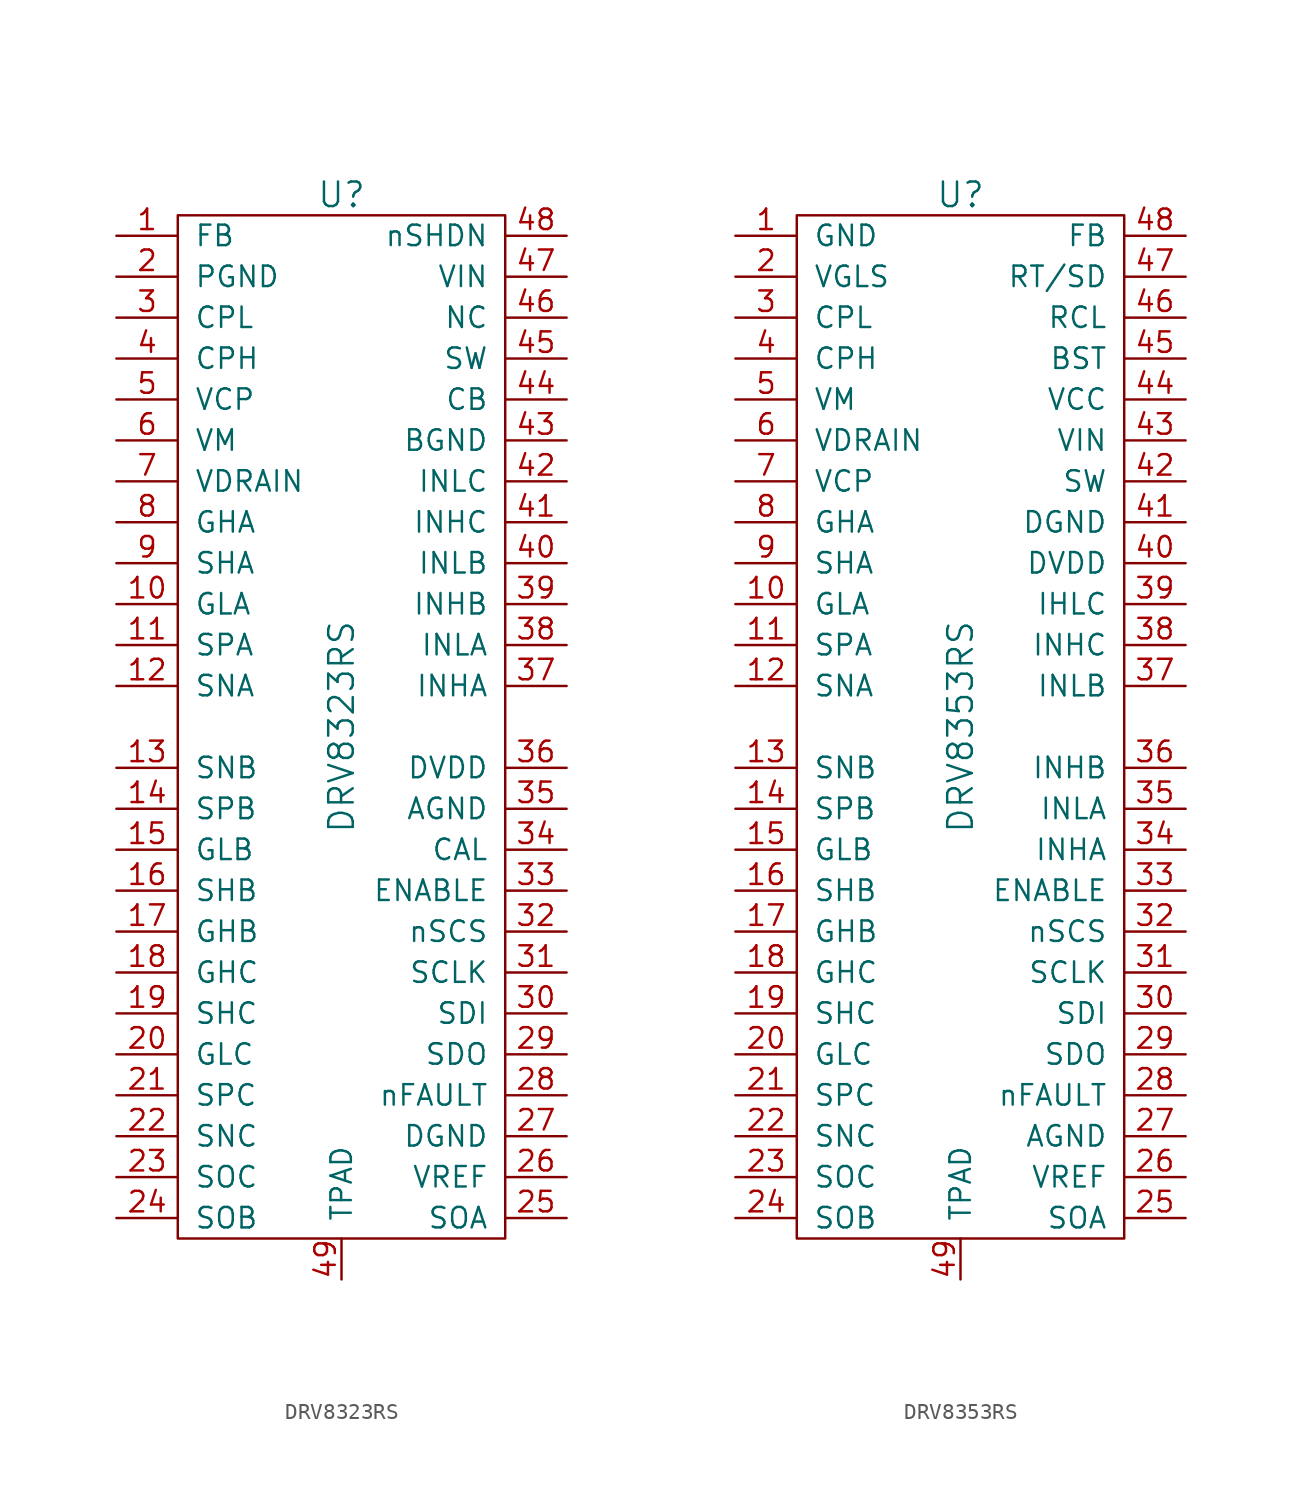
<source format=kicad_sym>
(kicad_symbol_lib
  (version 20220914)
  (generator kicad_symbol_editor)
  (symbol "DRV8323RS"
    (pin_names
      (offset 1.016))
    (property "Reference" "U"
      (at 0 33.02 0)
      (effects (font (size 1.524 1.524))))
    (property "Value" "DRV8323RS"
      (at 0 0 90)
      (effects (font (size 1.524 1.524))))
    (symbol "DRV8323RS_0_1"
      (rectangle (start -10.16 31.75) (end 10.16 -31.75) (stroke (width 0) (type default)) (fill (type none))))
    (symbol "DRV8323RS_1_1"
      (pin passive line (at -13.97 30.48 0) (length 3.81) (name "FB" (effects (font (size 1.27 1.27)))) (number "1" (effects (font (size 1.27 1.27)))))
      (pin passive line (at -13.97 7.62 0) (length 3.81) (name "GLA" (effects (font (size 1.27 1.27)))) (number "10" (effects (font (size 1.27 1.27)))))
      (pin passive line (at -13.97 5.08 0) (length 3.81) (name "SPA" (effects (font (size 1.27 1.27)))) (number "11" (effects (font (size 1.27 1.27)))))
      (pin passive line (at -13.97 2.54 0) (length 3.81) (name "SNA" (effects (font (size 1.27 1.27)))) (number "12" (effects (font (size 1.27 1.27)))))
      (pin passive line (at -13.97 -2.54 0) (length 3.81) (name "SNB" (effects (font (size 1.27 1.27)))) (number "13" (effects (font (size 1.27 1.27)))))
      (pin passive line (at -13.97 -5.08 0) (length 3.81) (name "SPB" (effects (font (size 1.27 1.27)))) (number "14" (effects (font (size 1.27 1.27)))))
      (pin passive line (at -13.97 -7.62 0) (length 3.81) (name "GLB" (effects (font (size 1.27 1.27)))) (number "15" (effects (font (size 1.27 1.27)))))
      (pin passive line (at -13.97 -10.16 0) (length 3.81) (name "SHB" (effects (font (size 1.27 1.27)))) (number "16" (effects (font (size 1.27 1.27)))))
      (pin passive line (at -13.97 -12.7 0) (length 3.81) (name "GHB" (effects (font (size 1.27 1.27)))) (number "17" (effects (font (size 1.27 1.27)))))
      (pin passive line (at -13.97 -15.24 0) (length 3.81) (name "GHC" (effects (font (size 1.27 1.27)))) (number "18" (effects (font (size 1.27 1.27)))))
      (pin passive line (at -13.97 -17.78 0) (length 3.81) (name "SHC" (effects (font (size 1.27 1.27)))) (number "19" (effects (font (size 1.27 1.27)))))
      (pin passive line (at -13.97 27.94 0) (length 3.81) (name "PGND" (effects (font (size 1.27 1.27)))) (number "2" (effects (font (size 1.27 1.27)))))
      (pin passive line (at -13.97 -20.32 0) (length 3.81) (name "GLC" (effects (font (size 1.27 1.27)))) (number "20" (effects (font (size 1.27 1.27)))))
      (pin passive line (at -13.97 -22.86 0) (length 3.81) (name "SPC" (effects (font (size 1.27 1.27)))) (number "21" (effects (font (size 1.27 1.27)))))
      (pin passive line (at -13.97 -25.4 0) (length 3.81) (name "SNC" (effects (font (size 1.27 1.27)))) (number "22" (effects (font (size 1.27 1.27)))))
      (pin passive line (at -13.97 -27.94 0) (length 3.81) (name "SOC" (effects (font (size 1.27 1.27)))) (number "23" (effects (font (size 1.27 1.27)))))
      (pin passive line (at -13.97 -30.48 0) (length 3.81) (name "SOB" (effects (font (size 1.27 1.27)))) (number "24" (effects (font (size 1.27 1.27)))))
      (pin passive line (at 13.97 -30.48 180) (length 3.81) (name "SOA" (effects (font (size 1.27 1.27)))) (number "25" (effects (font (size 1.27 1.27)))))
      (pin passive line (at 13.97 -27.94 180) (length 3.81) (name "VREF" (effects (font (size 1.27 1.27)))) (number "26" (effects (font (size 1.27 1.27)))))
      (pin passive line (at 13.97 -25.4 180) (length 3.81) (name "DGND" (effects (font (size 1.27 1.27)))) (number "27" (effects (font (size 1.27 1.27)))))
      (pin passive line (at 13.97 -22.86 180) (length 3.81) (name "nFAULT" (effects (font (size 1.27 1.27)))) (number "28" (effects (font (size 1.27 1.27)))))
      (pin passive line (at 13.97 -20.32 180) (length 3.81) (name "SDO" (effects (font (size 1.27 1.27)))) (number "29" (effects (font (size 1.27 1.27)))))
      (pin passive line (at -13.97 25.4 0) (length 3.81) (name "CPL" (effects (font (size 1.27 1.27)))) (number "3" (effects (font (size 1.27 1.27)))))
      (pin passive line (at 13.97 -17.78 180) (length 3.81) (name "SDI" (effects (font (size 1.27 1.27)))) (number "30" (effects (font (size 1.27 1.27)))))
      (pin passive line (at 13.97 -15.24 180) (length 3.81) (name "SCLK" (effects (font (size 1.27 1.27)))) (number "31" (effects (font (size 1.27 1.27)))))
      (pin passive line (at 13.97 -12.7 180) (length 3.81) (name "nSCS" (effects (font (size 1.27 1.27)))) (number "32" (effects (font (size 1.27 1.27)))))
      (pin passive line (at 13.97 -10.16 180) (length 3.81) (name "ENABLE" (effects (font (size 1.27 1.27)))) (number "33" (effects (font (size 1.27 1.27)))))
      (pin passive line (at 13.97 -7.62 180) (length 3.81) (name "CAL" (effects (font (size 1.27 1.27)))) (number "34" (effects (font (size 1.27 1.27)))))
      (pin passive line (at 13.97 -5.08 180) (length 3.81) (name "AGND" (effects (font (size 1.27 1.27)))) (number "35" (effects (font (size 1.27 1.27)))))
      (pin passive line (at 13.97 -2.54 180) (length 3.81) (name "DVDD" (effects (font (size 1.27 1.27)))) (number "36" (effects (font (size 1.27 1.27)))))
      (pin passive line (at 13.97 2.54 180) (length 3.81) (name "INHA" (effects (font (size 1.27 1.27)))) (number "37" (effects (font (size 1.27 1.27)))))
      (pin passive line (at 13.97 5.08 180) (length 3.81) (name "INLA" (effects (font (size 1.27 1.27)))) (number "38" (effects (font (size 1.27 1.27)))))
      (pin passive line (at 13.97 7.62 180) (length 3.81) (name "INHB" (effects (font (size 1.27 1.27)))) (number "39" (effects (font (size 1.27 1.27)))))
      (pin passive line (at -13.97 22.86 0) (length 3.81) (name "CPH" (effects (font (size 1.27 1.27)))) (number "4" (effects (font (size 1.27 1.27)))))
      (pin passive line (at 13.97 10.16 180) (length 3.81) (name "INLB" (effects (font (size 1.27 1.27)))) (number "40" (effects (font (size 1.27 1.27)))))
      (pin passive line (at 13.97 12.7 180) (length 3.81) (name "INHC" (effects (font (size 1.27 1.27)))) (number "41" (effects (font (size 1.27 1.27)))))
      (pin passive line (at 13.97 15.24 180) (length 3.81) (name "INLC" (effects (font (size 1.27 1.27)))) (number "42" (effects (font (size 1.27 1.27)))))
      (pin passive line (at 13.97 17.78 180) (length 3.81) (name "BGND" (effects (font (size 1.27 1.27)))) (number "43" (effects (font (size 1.27 1.27)))))
      (pin passive line (at 13.97 20.32 180) (length 3.81) (name "CB" (effects (font (size 1.27 1.27)))) (number "44" (effects (font (size 1.27 1.27)))))
      (pin passive line (at 13.97 22.86 180) (length 3.81) (name "SW" (effects (font (size 1.27 1.27)))) (number "45" (effects (font (size 1.27 1.27)))))
      (pin passive line (at 13.97 25.4 180) (length 3.81) (name "NC" (effects (font (size 1.27 1.27)))) (number "46" (effects (font (size 1.27 1.27)))))
      (pin passive line (at 13.97 27.94 180) (length 3.81) (name "VIN" (effects (font (size 1.27 1.27)))) (number "47" (effects (font (size 1.27 1.27)))))
      (pin passive line (at 13.97 30.48 180) (length 3.81) (name "nSHDN" (effects (font (size 1.27 1.27)))) (number "48" (effects (font (size 1.27 1.27)))))
      (pin passive line (at 0 -34.29 90) (length 2.54) (name "TPAD" (effects (font (size 1.27 1.27)))) (number "49" (effects (font (size 1.27 1.27)))))
      (pin passive line (at -13.97 20.32 0) (length 3.81) (name "VCP" (effects (font (size 1.27 1.27)))) (number "5" (effects (font (size 1.27 1.27)))))
      (pin passive line (at -13.97 17.78 0) (length 3.81) (name "VM" (effects (font (size 1.27 1.27)))) (number "6" (effects (font (size 1.27 1.27)))))
      (pin passive line (at -13.97 15.24 0) (length 3.81) (name "VDRAIN" (effects (font (size 1.27 1.27)))) (number "7" (effects (font (size 1.27 1.27)))))
      (pin passive line (at -13.97 12.7 0) (length 3.81) (name "GHA" (effects (font (size 1.27 1.27)))) (number "8" (effects (font (size 1.27 1.27)))))
      (pin passive line (at -13.97 10.16 0) (length 3.81) (name "SHA" (effects (font (size 1.27 1.27)))) (number "9" (effects (font (size 1.27 1.27)))))))
  (symbol "DRV8353RS"
    (pin_names
      (offset 1.016))
    (property "Reference" "U"
      (at 0 33.02 0)
      (effects (font (size 1.524 1.524))))
    (property "Value" "DRV8353RS"
      (at 0 0 90)
      (effects (font (size 1.524 1.524))))
    (symbol "DRV8353RS_0_1"
      (rectangle (start -10.16 31.75) (end 10.16 -31.75) (stroke (width 0) (type default)) (fill (type none))))
    (symbol "DRV8353RS_1_1"
      (pin passive line (at -13.97 30.48 0) (length 3.81) (name "GND" (effects (font (size 1.27 1.27)))) (number "1" (effects (font (size 1.27 1.27)))))
      (pin passive line (at -13.97 7.62 0) (length 3.81) (name "GLA" (effects (font (size 1.27 1.27)))) (number "10" (effects (font (size 1.27 1.27)))))
      (pin passive line (at -13.97 5.08 0) (length 3.81) (name "SPA" (effects (font (size 1.27 1.27)))) (number "11" (effects (font (size 1.27 1.27)))))
      (pin passive line (at -13.97 2.54 0) (length 3.81) (name "SNA" (effects (font (size 1.27 1.27)))) (number "12" (effects (font (size 1.27 1.27)))))
      (pin passive line (at -13.97 -2.54 0) (length 3.81) (name "SNB" (effects (font (size 1.27 1.27)))) (number "13" (effects (font (size 1.27 1.27)))))
      (pin passive line (at -13.97 -5.08 0) (length 3.81) (name "SPB" (effects (font (size 1.27 1.27)))) (number "14" (effects (font (size 1.27 1.27)))))
      (pin passive line (at -13.97 -7.62 0) (length 3.81) (name "GLB" (effects (font (size 1.27 1.27)))) (number "15" (effects (font (size 1.27 1.27)))))
      (pin passive line (at -13.97 -10.16 0) (length 3.81) (name "SHB" (effects (font (size 1.27 1.27)))) (number "16" (effects (font (size 1.27 1.27)))))
      (pin passive line (at -13.97 -12.7 0) (length 3.81) (name "GHB" (effects (font (size 1.27 1.27)))) (number "17" (effects (font (size 1.27 1.27)))))
      (pin passive line (at -13.97 -15.24 0) (length 3.81) (name "GHC" (effects (font (size 1.27 1.27)))) (number "18" (effects (font (size 1.27 1.27)))))
      (pin passive line (at -13.97 -17.78 0) (length 3.81) (name "SHC" (effects (font (size 1.27 1.27)))) (number "19" (effects (font (size 1.27 1.27)))))
      (pin passive line (at -13.97 27.94 0) (length 3.81) (name "VGLS" (effects (font (size 1.27 1.27)))) (number "2" (effects (font (size 1.27 1.27)))))
      (pin passive line (at -13.97 -20.32 0) (length 3.81) (name "GLC" (effects (font (size 1.27 1.27)))) (number "20" (effects (font (size 1.27 1.27)))))
      (pin passive line (at -13.97 -22.86 0) (length 3.81) (name "SPC" (effects (font (size 1.27 1.27)))) (number "21" (effects (font (size 1.27 1.27)))))
      (pin passive line (at -13.97 -25.4 0) (length 3.81) (name "SNC" (effects (font (size 1.27 1.27)))) (number "22" (effects (font (size 1.27 1.27)))))
      (pin passive line (at -13.97 -27.94 0) (length 3.81) (name "SOC" (effects (font (size 1.27 1.27)))) (number "23" (effects (font (size 1.27 1.27)))))
      (pin passive line (at -13.97 -30.48 0) (length 3.81) (name "SOB" (effects (font (size 1.27 1.27)))) (number "24" (effects (font (size 1.27 1.27)))))
      (pin passive line (at 13.97 -30.48 180) (length 3.81) (name "SOA" (effects (font (size 1.27 1.27)))) (number "25" (effects (font (size 1.27 1.27)))))
      (pin passive line (at 13.97 -27.94 180) (length 3.81) (name "VREF" (effects (font (size 1.27 1.27)))) (number "26" (effects (font (size 1.27 1.27)))))
      (pin passive line (at 13.97 -25.4 180) (length 3.81) (name "AGND" (effects (font (size 1.27 1.27)))) (number "27" (effects (font (size 1.27 1.27)))))
      (pin passive line (at 13.97 -22.86 180) (length 3.81) (name "nFAULT" (effects (font (size 1.27 1.27)))) (number "28" (effects (font (size 1.27 1.27)))))
      (pin passive line (at 13.97 -20.32 180) (length 3.81) (name "SDO" (effects (font (size 1.27 1.27)))) (number "29" (effects (font (size 1.27 1.27)))))
      (pin passive line (at -13.97 25.4 0) (length 3.81) (name "CPL" (effects (font (size 1.27 1.27)))) (number "3" (effects (font (size 1.27 1.27)))))
      (pin passive line (at 13.97 -17.78 180) (length 3.81) (name "SDI" (effects (font (size 1.27 1.27)))) (number "30" (effects (font (size 1.27 1.27)))))
      (pin passive line (at 13.97 -15.24 180) (length 3.81) (name "SCLK" (effects (font (size 1.27 1.27)))) (number "31" (effects (font (size 1.27 1.27)))))
      (pin passive line (at 13.97 -12.7 180) (length 3.81) (name "nSCS" (effects (font (size 1.27 1.27)))) (number "32" (effects (font (size 1.27 1.27)))))
      (pin passive line (at 13.97 -10.16 180) (length 3.81) (name "ENABLE" (effects (font (size 1.27 1.27)))) (number "33" (effects (font (size 1.27 1.27)))))
      (pin passive line (at 13.97 -7.62 180) (length 3.81) (name "INHA" (effects (font (size 1.27 1.27)))) (number "34" (effects (font (size 1.27 1.27)))))
      (pin passive line (at 13.97 -5.08 180) (length 3.81) (name "INLA" (effects (font (size 1.27 1.27)))) (number "35" (effects (font (size 1.27 1.27)))))
      (pin passive line (at 13.97 -2.54 180) (length 3.81) (name "INHB" (effects (font (size 1.27 1.27)))) (number "36" (effects (font (size 1.27 1.27)))))
      (pin passive line (at 13.97 2.54 180) (length 3.81) (name "INLB" (effects (font (size 1.27 1.27)))) (number "37" (effects (font (size 1.27 1.27)))))
      (pin passive line (at 13.97 5.08 180) (length 3.81) (name "INHC" (effects (font (size 1.27 1.27)))) (number "38" (effects (font (size 1.27 1.27)))))
      (pin passive line (at 13.97 7.62 180) (length 3.81) (name "IHLC" (effects (font (size 1.27 1.27)))) (number "39" (effects (font (size 1.27 1.27)))))
      (pin passive line (at -13.97 22.86 0) (length 3.81) (name "CPH" (effects (font (size 1.27 1.27)))) (number "4" (effects (font (size 1.27 1.27)))))
      (pin passive line (at 13.97 10.16 180) (length 3.81) (name "DVDD" (effects (font (size 1.27 1.27)))) (number "40" (effects (font (size 1.27 1.27)))))
      (pin passive line (at 13.97 12.7 180) (length 3.81) (name "DGND" (effects (font (size 1.27 1.27)))) (number "41" (effects (font (size 1.27 1.27)))))
      (pin passive line (at 13.97 15.24 180) (length 3.81) (name "SW" (effects (font (size 1.27 1.27)))) (number "42" (effects (font (size 1.27 1.27)))))
      (pin passive line (at 13.97 17.78 180) (length 3.81) (name "VIN" (effects (font (size 1.27 1.27)))) (number "43" (effects (font (size 1.27 1.27)))))
      (pin passive line (at 13.97 20.32 180) (length 3.81) (name "VCC" (effects (font (size 1.27 1.27)))) (number "44" (effects (font (size 1.27 1.27)))))
      (pin passive line (at 13.97 22.86 180) (length 3.81) (name "BST" (effects (font (size 1.27 1.27)))) (number "45" (effects (font (size 1.27 1.27)))))
      (pin passive line (at 13.97 25.4 180) (length 3.81) (name "RCL" (effects (font (size 1.27 1.27)))) (number "46" (effects (font (size 1.27 1.27)))))
      (pin passive line (at 13.97 27.94 180) (length 3.81) (name "RT/SD" (effects (font (size 1.27 1.27)))) (number "47" (effects (font (size 1.27 1.27)))))
      (pin passive line (at 13.97 30.48 180) (length 3.81) (name "FB" (effects (font (size 1.27 1.27)))) (number "48" (effects (font (size 1.27 1.27)))))
      (pin passive line (at 0 -34.29 90) (length 2.54) (name "TPAD" (effects (font (size 1.27 1.27)))) (number "49" (effects (font (size 1.27 1.27)))))
      (pin passive line (at -13.97 20.32 0) (length 3.81) (name "VM" (effects (font (size 1.27 1.27)))) (number "5" (effects (font (size 1.27 1.27)))))
      (pin passive line (at -13.97 17.78 0) (length 3.81) (name "VDRAIN" (effects (font (size 1.27 1.27)))) (number "6" (effects (font (size 1.27 1.27)))))
      (pin passive line (at -13.97 15.24 0) (length 3.81) (name "VCP" (effects (font (size 1.27 1.27)))) (number "7" (effects (font (size 1.27 1.27)))))
      (pin passive line (at -13.97 12.7 0) (length 3.81) (name "GHA" (effects (font (size 1.27 1.27)))) (number "8" (effects (font (size 1.27 1.27)))))
      (pin passive line (at -13.97 10.16 0) (length 3.81) (name "SHA" (effects (font (size 1.27 1.27)))) (number "9" (effects (font (size 1.27 1.27))))))))
</source>
